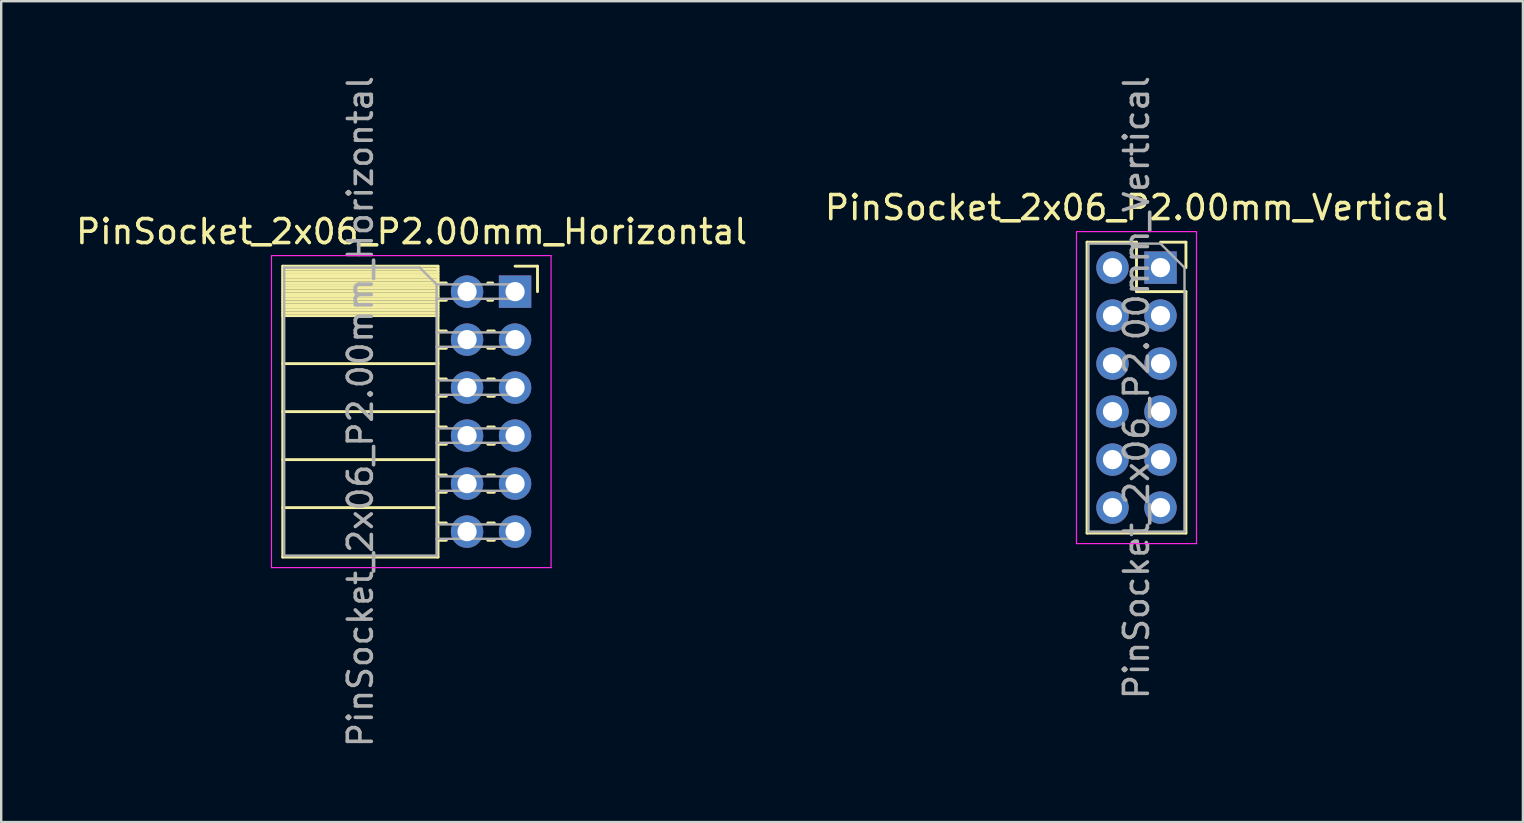
<source format=kicad_pcb>
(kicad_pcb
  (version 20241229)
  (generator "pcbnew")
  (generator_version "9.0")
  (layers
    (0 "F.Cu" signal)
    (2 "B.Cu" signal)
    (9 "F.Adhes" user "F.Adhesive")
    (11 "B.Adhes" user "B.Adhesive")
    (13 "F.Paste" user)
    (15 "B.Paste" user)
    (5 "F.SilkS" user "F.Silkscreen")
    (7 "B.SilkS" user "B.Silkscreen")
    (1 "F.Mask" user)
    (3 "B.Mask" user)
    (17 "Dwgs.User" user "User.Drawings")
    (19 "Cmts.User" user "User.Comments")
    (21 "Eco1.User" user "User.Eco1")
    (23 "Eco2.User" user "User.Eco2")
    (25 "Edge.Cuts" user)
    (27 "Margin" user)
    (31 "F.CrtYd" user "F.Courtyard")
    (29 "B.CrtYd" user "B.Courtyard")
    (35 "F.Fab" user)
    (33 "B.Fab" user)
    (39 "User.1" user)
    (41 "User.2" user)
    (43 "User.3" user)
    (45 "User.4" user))
  (footprint "PinSocket_2x06_P2.00mm_Vertical"
    (layer "F.Cu")
    (at 45.304 8.101)
    (property "Reference" "PinSocket_2x06_P2.00mm_Vertical" (at -1 -2.5 0) (layer "F.SilkS") (effects (font (size 1 1) (thickness 0.15))))
    (attr through_hole)
    (fp_line (start -3.06 -1.06) (end -3.06 11.06) (stroke (width 0.12) (type solid)) (layer "F.SilkS"))
    (fp_line (start -3.06 -1.06) (end -1 -1.06) (stroke (width 0.12) (type solid)) (layer "F.SilkS"))
    (fp_line (start -3.06 11.06) (end 1.06 11.06) (stroke (width 0.12) (type solid)) (layer "F.SilkS"))
    (fp_line (start -1 -1.06) (end -1 1) (stroke (width 0.12) (type solid)) (layer "F.SilkS"))
    (fp_line (start -1 1) (end 1.06 1) (stroke (width 0.12) (type solid)) (layer "F.SilkS"))
    (fp_line (start 0 -1.06) (end 1.06 -1.06) (stroke (width 0.12) (type solid)) (layer "F.SilkS"))
    (fp_line (start 1.06 -1.06) (end 1.06 0) (stroke (width 0.12) (type solid)) (layer "F.SilkS"))
    (fp_line (start 1.06 1) (end 1.06 11.06) (stroke (width 0.12) (type solid)) (layer "F.SilkS"))
    (fp_line (start -3.5 -1.5) (end 1.5 -1.5) (stroke (width 0.05) (type solid)) (layer "F.CrtYd"))
    (fp_line (start -3.5 11.5) (end -3.5 -1.5) (stroke (width 0.05) (type solid)) (layer "F.CrtYd"))
    (fp_line (start 1.5 -1.5) (end 1.5 11.5) (stroke (width 0.05) (type solid)) (layer "F.CrtYd"))
    (fp_line (start 1.5 11.5) (end -3.5 11.5) (stroke (width 0.05) (type solid)) (layer "F.CrtYd"))
    (fp_line (start -3 -1) (end 0 -1) (stroke (width 0.1) (type solid)) (layer "F.Fab"))
    (fp_line (start -3 11) (end -3 -1) (stroke (width 0.1) (type solid)) (layer "F.Fab"))
    (fp_line (start 0 -1) (end 1 0) (stroke (width 0.1) (type solid)) (layer "F.Fab"))
    (fp_line (start 1 0) (end 1 11) (stroke (width 0.1) (type solid)) (layer "F.Fab"))
    (fp_line (start 1 11) (end -3 11) (stroke (width 0.1) (type solid)) (layer "F.Fab"))
    (fp_text user "${REFERENCE}" (at -1 5 90) (layer "F.Fab") (effects (font (size 1 1) (thickness 0.15))))
    (pad "1" thru_hole rect (at 0 0) (size 1.35 1.35) (drill 0.8) (layers "*.Cu" "*.Mask"))
    (pad "2" thru_hole circle (at -2 0) (size 1.35 1.35) (drill 0.8) (layers "*.Cu" "*.Mask"))
    (pad "3" thru_hole circle (at 0 2) (size 1.35 1.35) (drill 0.8) (layers "*.Cu" "*.Mask"))
    (pad "4" thru_hole circle (at -2 2) (size 1.35 1.35) (drill 0.8) (layers "*.Cu" "*.Mask"))
    (pad "5" thru_hole circle (at 0 4) (size 1.35 1.35) (drill 0.8) (layers "*.Cu" "*.Mask"))
    (pad "6" thru_hole circle (at -2 4) (size 1.35 1.35) (drill 0.8) (layers "*.Cu" "*.Mask"))
    (pad "7" thru_hole circle (at 0 6) (size 1.35 1.35) (drill 0.8) (layers "*.Cu" "*.Mask"))
    (pad "8" thru_hole circle (at -2 6) (size 1.35 1.35) (drill 0.8) (layers "*.Cu" "*.Mask"))
    (pad "9" thru_hole circle (at 0 8) (size 1.35 1.35) (drill 0.8) (layers "*.Cu" "*.Mask"))
    (pad "10" thru_hole circle (at -2 8) (size 1.35 1.35) (drill 0.8) (layers "*.Cu" "*.Mask"))
    (pad "11" thru_hole circle (at 0 10) (size 1.35 1.35) (drill 0.8) (layers "*.Cu" "*.Mask"))
    (pad "12" thru_hole circle (at -2 10) (size 1.35 1.35) (drill 0.8) (layers "*.Cu" "*.Mask")))
  (footprint "PinSocket_2x06_P2.00mm_Horizontal"
    (layer "F.Cu")
    (at 18.411 9.101)
    (property "Reference" "PinSocket_2x06_P2.00mm_Horizontal" (at -4.31 -2.5 0) (layer "F.SilkS") (effects (font (size 1 1) (thickness 0.15))))
    (attr through_hole)
    (fp_line (start -9.68 -1.06) (end -9.68 11.06) (stroke (width 0.12) (type solid)) (layer "F.SilkS"))
    (fp_line (start -9.68 -1.06) (end -3.21 -1.06) (stroke (width 0.12) (type solid)) (layer "F.SilkS"))
    (fp_line (start -9.68 -0.94) (end -3.21 -0.94) (stroke (width 0.12) (type solid)) (layer "F.SilkS"))
    (fp_line (start -9.68 -0.826) (end -3.21 -0.826) (stroke (width 0.12) (type solid)) (layer "F.SilkS"))
    (fp_line (start -9.68 -0.712) (end -3.21 -0.712) (stroke (width 0.12) (type solid)) (layer "F.SilkS"))
    (fp_line (start -9.68 -0.598) (end -3.21 -0.598) (stroke (width 0.12) (type solid)) (layer "F.SilkS"))
    (fp_line (start -9.68 -0.484) (end -3.21 -0.484) (stroke (width 0.12) (type solid)) (layer "F.SilkS"))
    (fp_line (start -9.68 -0.369) (end -3.21 -0.369) (stroke (width 0.12) (type solid)) (layer "F.SilkS"))
    (fp_line (start -9.68 -0.255) (end -3.21 -0.255) (stroke (width 0.12) (type solid)) (layer "F.SilkS"))
    (fp_line (start -9.68 -0.141) (end -3.21 -0.141) (stroke (width 0.12) (type solid)) (layer "F.SilkS"))
    (fp_line (start -9.68 -0.027) (end -3.21 -0.027) (stroke (width 0.12) (type solid)) (layer "F.SilkS"))
    (fp_line (start -9.68 0.087) (end -3.21 0.087) (stroke (width 0.12) (type solid)) (layer "F.SilkS"))
    (fp_line (start -9.68 0.201) (end -3.21 0.201) (stroke (width 0.12) (type solid)) (layer "F.SilkS"))
    (fp_line (start -9.68 0.315) (end -3.21 0.315) (stroke (width 0.12) (type solid)) (layer "F.SilkS"))
    (fp_line (start -9.68 0.429) (end -3.21 0.429) (stroke (width 0.12) (type solid)) (layer "F.SilkS"))
    (fp_line (start -9.68 0.544) (end -3.21 0.544) (stroke (width 0.12) (type solid)) (layer "F.SilkS"))
    (fp_line (start -9.68 0.658) (end -3.21 0.658) (stroke (width 0.12) (type solid)) (layer "F.SilkS"))
    (fp_line (start -9.68 0.772) (end -3.21 0.772) (stroke (width 0.12) (type solid)) (layer "F.SilkS"))
    (fp_line (start -9.68 0.886) (end -3.21 0.886) (stroke (width 0.12) (type solid)) (layer "F.SilkS"))
    (fp_line (start -9.68 1) (end -3.21 1) (stroke (width 0.12) (type solid)) (layer "F.SilkS"))
    (fp_line (start -9.68 3) (end -3.21 3) (stroke (width 0.12) (type solid)) (layer "F.SilkS"))
    (fp_line (start -9.68 5) (end -3.21 5) (stroke (width 0.12) (type solid)) (layer "F.SilkS"))
    (fp_line (start -9.68 7) (end -3.21 7) (stroke (width 0.12) (type solid)) (layer "F.SilkS"))
    (fp_line (start -9.68 9) (end -3.21 9) (stroke (width 0.12) (type solid)) (layer "F.SilkS"))
    (fp_line (start -9.68 11.06) (end -3.21 11.06) (stroke (width 0.12) (type solid)) (layer "F.SilkS"))
    (fp_line (start -3.21 -1.06) (end -3.21 11.06) (stroke (width 0.12) (type solid)) (layer "F.SilkS"))
    (fp_line (start -3.21 -0.36) (end -2.863 -0.36) (stroke (width 0.12) (type solid)) (layer "F.SilkS"))
    (fp_line (start -3.21 0.36) (end -2.863 0.36) (stroke (width 0.12) (type solid)) (layer "F.SilkS"))
    (fp_line (start -3.21 1.64) (end -2.863 1.64) (stroke (width 0.12) (type solid)) (layer "F.SilkS"))
    (fp_line (start -3.21 2.36) (end -2.863 2.36) (stroke (width 0.12) (type solid)) (layer "F.SilkS"))
    (fp_line (start -3.21 3.64) (end -2.863 3.64) (stroke (width 0.12) (type solid)) (layer "F.SilkS"))
    (fp_line (start -3.21 4.36) (end -2.863 4.36) (stroke (width 0.12) (type solid)) (layer "F.SilkS"))
    (fp_line (start -3.21 5.64) (end -2.863 5.64) (stroke (width 0.12) (type solid)) (layer "F.SilkS"))
    (fp_line (start -3.21 6.36) (end -2.863 6.36) (stroke (width 0.12) (type solid)) (layer "F.SilkS"))
    (fp_line (start -3.21 7.64) (end -2.863 7.64) (stroke (width 0.12) (type solid)) (layer "F.SilkS"))
    (fp_line (start -3.21 8.36) (end -2.863 8.36) (stroke (width 0.12) (type solid)) (layer "F.SilkS"))
    (fp_line (start -3.21 9.64) (end -2.863 9.64) (stroke (width 0.12) (type solid)) (layer "F.SilkS"))
    (fp_line (start -3.21 10.36) (end -2.863 10.36) (stroke (width 0.12) (type solid)) (layer "F.SilkS"))
    (fp_line (start -1.137 -0.36) (end -0.935 -0.36) (stroke (width 0.12) (type solid)) (layer "F.SilkS"))
    (fp_line (start -1.137 0.36) (end -0.935 0.36) (stroke (width 0.12) (type solid)) (layer "F.SilkS"))
    (fp_line (start -1.137 1.64) (end -0.863 1.64) (stroke (width 0.12) (type solid)) (layer "F.SilkS"))
    (fp_line (start -1.137 2.36) (end -0.863 2.36) (stroke (width 0.12) (type solid)) (layer "F.SilkS"))
    (fp_line (start -1.137 3.64) (end -0.863 3.64) (stroke (width 0.12) (type solid)) (layer "F.SilkS"))
    (fp_line (start -1.137 4.36) (end -0.863 4.36) (stroke (width 0.12) (type solid)) (layer "F.SilkS"))
    (fp_line (start -1.137 5.64) (end -0.863 5.64) (stroke (width 0.12) (type solid)) (layer "F.SilkS"))
    (fp_line (start -1.137 6.36) (end -0.863 6.36) (stroke (width 0.12) (type solid)) (layer "F.SilkS"))
    (fp_line (start -1.137 7.64) (end -0.863 7.64) (stroke (width 0.12) (type solid)) (layer "F.SilkS"))
    (fp_line (start -1.137 8.36) (end -0.863 8.36) (stroke (width 0.12) (type solid)) (layer "F.SilkS"))
    (fp_line (start -1.137 9.64) (end -0.863 9.64) (stroke (width 0.12) (type solid)) (layer "F.SilkS"))
    (fp_line (start -1.137 10.36) (end -0.863 10.36) (stroke (width 0.12) (type solid)) (layer "F.SilkS"))
    (fp_line (start 0 -1.06) (end 0.935 -1.06) (stroke (width 0.12) (type solid)) (layer "F.SilkS"))
    (fp_line (start 0.935 -1.06) (end 0.935 0) (stroke (width 0.12) (type solid)) (layer "F.SilkS"))
    (fp_line (start -10.15 -1.5) (end -10.15 11.5) (stroke (width 0.05) (type solid)) (layer "F.CrtYd"))
    (fp_line (start -10.15 11.5) (end 1.5 11.5) (stroke (width 0.05) (type solid)) (layer "F.CrtYd"))
    (fp_line (start 1.5 -1.5) (end -10.15 -1.5) (stroke (width 0.05) (type solid)) (layer "F.CrtYd"))
    (fp_line (start 1.5 11.5) (end 1.5 -1.5) (stroke (width 0.05) (type solid)) (layer "F.CrtYd"))
    (fp_line (start -9.62 -1) (end -3.97 -1) (stroke (width 0.1) (type solid)) (layer "F.Fab"))
    (fp_line (start -9.62 11) (end -9.62 -1) (stroke (width 0.1) (type solid)) (layer "F.Fab"))
    (fp_line (start -3.97 -1) (end -3.27 -0.3) (stroke (width 0.1) (type solid)) (layer "F.Fab"))
    (fp_line (start -3.27 -0.3) (end -3.27 11) (stroke (width 0.1) (type solid)) (layer "F.Fab"))
    (fp_line (start -3.27 0.3) (end 0 0.3) (stroke (width 0.1) (type solid)) (layer "F.Fab"))
    (fp_line (start -3.27 2.3) (end 0 2.3) (stroke (width 0.1) (type solid)) (layer "F.Fab"))
    (fp_line (start -3.27 4.3) (end 0 4.3) (stroke (width 0.1) (type solid)) (layer "F.Fab"))
    (fp_line (start -3.27 6.3) (end 0 6.3) (stroke (width 0.1) (type solid)) (layer "F.Fab"))
    (fp_line (start -3.27 8.3) (end 0 8.3) (stroke (width 0.1) (type solid)) (layer "F.Fab"))
    (fp_line (start -3.27 10.3) (end 0 10.3) (stroke (width 0.1) (type solid)) (layer "F.Fab"))
    (fp_line (start -3.27 11) (end -9.62 11) (stroke (width 0.1) (type solid)) (layer "F.Fab"))
    (fp_line (start 0 -0.3) (end -3.27 -0.3) (stroke (width 0.1) (type solid)) (layer "F.Fab"))
    (fp_line (start 0 0.3) (end 0 -0.3) (stroke (width 0.1) (type solid)) (layer "F.Fab"))
    (fp_line (start 0 1.7) (end -3.27 1.7) (stroke (width 0.1) (type solid)) (layer "F.Fab"))
    (fp_line (start 0 2.3) (end 0 1.7) (stroke (width 0.1) (type solid)) (layer "F.Fab"))
    (fp_line (start 0 3.7) (end -3.27 3.7) (stroke (width 0.1) (type solid)) (layer "F.Fab"))
    (fp_line (start 0 4.3) (end 0 3.7) (stroke (width 0.1) (type solid)) (layer "F.Fab"))
    (fp_line (start 0 5.7) (end -3.27 5.7) (stroke (width 0.1) (type solid)) (layer "F.Fab"))
    (fp_line (start 0 6.3) (end 0 5.7) (stroke (width 0.1) (type solid)) (layer "F.Fab"))
    (fp_line (start 0 7.7) (end -3.27 7.7) (stroke (width 0.1) (type solid)) (layer "F.Fab"))
    (fp_line (start 0 8.3) (end 0 7.7) (stroke (width 0.1) (type solid)) (layer "F.Fab"))
    (fp_line (start 0 9.7) (end -3.27 9.7) (stroke (width 0.1) (type solid)) (layer "F.Fab"))
    (fp_line (start 0 10.3) (end 0 9.7) (stroke (width 0.1) (type solid)) (layer "F.Fab"))
    (fp_text user "${REFERENCE}" (at -6.445 5 90) (layer "F.Fab") (effects (font (size 1 1) (thickness 0.15))))
    (pad "1" thru_hole rect (at 0 0) (size 1.35 1.35) (drill 0.8) (layers "*.Cu" "*.Mask"))
    (pad "2" thru_hole circle (at -2 0) (size 1.35 1.35) (drill 0.8) (layers "*.Cu" "*.Mask"))
    (pad "3" thru_hole circle (at 0 2) (size 1.35 1.35) (drill 0.8) (layers "*.Cu" "*.Mask"))
    (pad "4" thru_hole circle (at -2 2) (size 1.35 1.35) (drill 0.8) (layers "*.Cu" "*.Mask"))
    (pad "5" thru_hole circle (at 0 4) (size 1.35 1.35) (drill 0.8) (layers "*.Cu" "*.Mask"))
    (pad "6" thru_hole circle (at -2 4) (size 1.35 1.35) (drill 0.8) (layers "*.Cu" "*.Mask"))
    (pad "7" thru_hole circle (at 0 6) (size 1.35 1.35) (drill 0.8) (layers "*.Cu" "*.Mask"))
    (pad "8" thru_hole circle (at -2 6) (size 1.35 1.35) (drill 0.8) (layers "*.Cu" "*.Mask"))
    (pad "9" thru_hole circle (at 0 8) (size 1.35 1.35) (drill 0.8) (layers "*.Cu" "*.Mask"))
    (pad "10" thru_hole circle (at -2 8) (size 1.35 1.35) (drill 0.8) (layers "*.Cu" "*.Mask"))
    (pad "11" thru_hole circle (at 0 10) (size 1.35 1.35) (drill 0.8) (layers "*.Cu" "*.Mask"))
    (pad "12" thru_hole circle (at -2 10) (size 1.35 1.35) (drill 0.8) (layers "*.Cu" "*.Mask")))
  (gr_rect
    (start -3 -3)
    (end 60.405 31.202)
    (stroke (width 0.1) (type default))
    (fill no)
    (layer "Edge.Cuts")))
</source>
